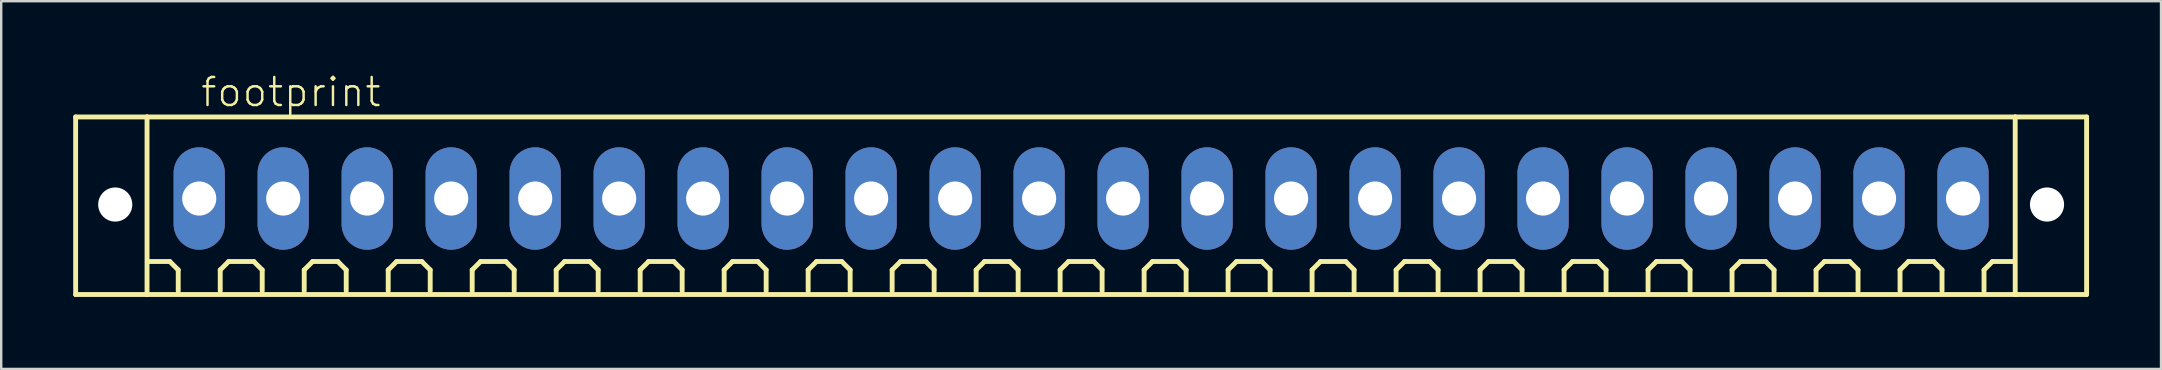
<source format=kicad_pcb>
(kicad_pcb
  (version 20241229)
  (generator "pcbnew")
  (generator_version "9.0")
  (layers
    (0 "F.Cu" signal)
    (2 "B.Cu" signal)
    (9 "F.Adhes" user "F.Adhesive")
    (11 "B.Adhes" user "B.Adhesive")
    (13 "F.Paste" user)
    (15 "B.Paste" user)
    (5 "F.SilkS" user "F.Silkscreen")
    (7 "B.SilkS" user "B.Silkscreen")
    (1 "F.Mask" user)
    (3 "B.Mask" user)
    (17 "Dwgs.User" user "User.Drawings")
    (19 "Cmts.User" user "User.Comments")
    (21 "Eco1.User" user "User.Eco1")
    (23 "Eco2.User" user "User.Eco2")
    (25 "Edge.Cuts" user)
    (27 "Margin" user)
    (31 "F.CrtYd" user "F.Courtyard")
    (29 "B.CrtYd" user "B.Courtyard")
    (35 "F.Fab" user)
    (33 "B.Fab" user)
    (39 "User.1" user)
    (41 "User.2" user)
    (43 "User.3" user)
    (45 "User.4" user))
  (footprint "footprint"
    (layer "F.Cu")
    (at 42.002 5.223)
    (property "Reference" "footprint" (at -36.75 -3.75 0) (layer "F.SilkS") (effects (font (size 1.168 1.168) (thickness 0.102)) (justify left bottom)))
    (fp_line (start -41.9 -3.4) (end -38.925 -3.4) (stroke (width 0.203) (type solid)) (layer "F.SilkS"))
    (fp_line (start -41.9 4) (end -41.9 -3.4) (stroke (width 0.203) (type solid)) (layer "F.SilkS"))
    (fp_line (start -38.925 -3.4) (end 38.925 -3.4) (stroke (width 0.203) (type solid)) (layer "F.SilkS"))
    (fp_line (start -38.925 4) (end -41.9 4) (stroke (width 0.203) (type solid)) (layer "F.SilkS"))
    (fp_line (start -38.925 4) (end -38.925 -3.4) (stroke (width 0.203) (type solid)) (layer "F.SilkS"))
    (fp_line (start -37.975 2.625) (end -38.85 2.625) (stroke (width 0.203) (type solid)) (layer "F.SilkS"))
    (fp_line (start -37.625 2.975) (end -37.975 2.625) (stroke (width 0.203) (type solid)) (layer "F.SilkS"))
    (fp_line (start -37.625 3.85) (end -37.625 2.975) (stroke (width 0.203) (type solid)) (layer "F.SilkS"))
    (fp_line (start -35.875 2.975) (end -35.525 2.625) (stroke (width 0.203) (type solid)) (layer "F.SilkS"))
    (fp_line (start -35.875 3.85) (end -35.875 2.975) (stroke (width 0.203) (type solid)) (layer "F.SilkS"))
    (fp_line (start -35.525 2.625) (end -34.475 2.625) (stroke (width 0.203) (type solid)) (layer "F.SilkS"))
    (fp_line (start -34.475 2.625) (end -34.125 2.975) (stroke (width 0.203) (type solid)) (layer "F.SilkS"))
    (fp_line (start -34.125 2.975) (end -34.125 3.85) (stroke (width 0.203) (type solid)) (layer "F.SilkS"))
    (fp_line (start -32.375 2.975) (end -32.025 2.625) (stroke (width 0.203) (type solid)) (layer "F.SilkS"))
    (fp_line (start -32.375 3.85) (end -32.375 2.975) (stroke (width 0.203) (type solid)) (layer "F.SilkS"))
    (fp_line (start -32.025 2.625) (end -30.975 2.625) (stroke (width 0.203) (type solid)) (layer "F.SilkS"))
    (fp_line (start -30.975 2.625) (end -30.625 2.975) (stroke (width 0.203) (type solid)) (layer "F.SilkS"))
    (fp_line (start -30.625 2.975) (end -30.625 3.85) (stroke (width 0.203) (type solid)) (layer "F.SilkS"))
    (fp_line (start -28.875 2.975) (end -28.525 2.625) (stroke (width 0.203) (type solid)) (layer "F.SilkS"))
    (fp_line (start -28.875 3.85) (end -28.875 2.975) (stroke (width 0.203) (type solid)) (layer "F.SilkS"))
    (fp_line (start -28.525 2.625) (end -27.475 2.625) (stroke (width 0.203) (type solid)) (layer "F.SilkS"))
    (fp_line (start -27.475 2.625) (end -27.125 2.975) (stroke (width 0.203) (type solid)) (layer "F.SilkS"))
    (fp_line (start -27.125 2.975) (end -27.125 3.85) (stroke (width 0.203) (type solid)) (layer "F.SilkS"))
    (fp_line (start -25.375 2.975) (end -25.025 2.625) (stroke (width 0.203) (type solid)) (layer "F.SilkS"))
    (fp_line (start -25.375 3.85) (end -25.375 2.975) (stroke (width 0.203) (type solid)) (layer "F.SilkS"))
    (fp_line (start -25.025 2.625) (end -23.975 2.625) (stroke (width 0.203) (type solid)) (layer "F.SilkS"))
    (fp_line (start -23.975 2.625) (end -23.625 2.975) (stroke (width 0.203) (type solid)) (layer "F.SilkS"))
    (fp_line (start -23.625 2.975) (end -23.625 3.85) (stroke (width 0.203) (type solid)) (layer "F.SilkS"))
    (fp_line (start -21.875 2.975) (end -21.525 2.625) (stroke (width 0.203) (type solid)) (layer "F.SilkS"))
    (fp_line (start -21.875 3.85) (end -21.875 2.975) (stroke (width 0.203) (type solid)) (layer "F.SilkS"))
    (fp_line (start -21.525 2.625) (end -20.475 2.625) (stroke (width 0.203) (type solid)) (layer "F.SilkS"))
    (fp_line (start -20.475 2.625) (end -20.125 2.975) (stroke (width 0.203) (type solid)) (layer "F.SilkS"))
    (fp_line (start -20.125 2.975) (end -20.125 3.85) (stroke (width 0.203) (type solid)) (layer "F.SilkS"))
    (fp_line (start -18.375 2.975) (end -18.025 2.625) (stroke (width 0.203) (type solid)) (layer "F.SilkS"))
    (fp_line (start -18.375 3.85) (end -18.375 2.975) (stroke (width 0.203) (type solid)) (layer "F.SilkS"))
    (fp_line (start -18.025 2.625) (end -16.975 2.625) (stroke (width 0.203) (type solid)) (layer "F.SilkS"))
    (fp_line (start -16.975 2.625) (end -16.625 2.975) (stroke (width 0.203) (type solid)) (layer "F.SilkS"))
    (fp_line (start -16.625 2.975) (end -16.625 3.85) (stroke (width 0.203) (type solid)) (layer "F.SilkS"))
    (fp_line (start -14.875 2.975) (end -14.525 2.625) (stroke (width 0.203) (type solid)) (layer "F.SilkS"))
    (fp_line (start -14.875 3.85) (end -14.875 2.975) (stroke (width 0.203) (type solid)) (layer "F.SilkS"))
    (fp_line (start -14.525 2.625) (end -13.475 2.625) (stroke (width 0.203) (type solid)) (layer "F.SilkS"))
    (fp_line (start -13.475 2.625) (end -13.125 2.975) (stroke (width 0.203) (type solid)) (layer "F.SilkS"))
    (fp_line (start -13.125 2.975) (end -13.125 3.85) (stroke (width 0.203) (type solid)) (layer "F.SilkS"))
    (fp_line (start -11.375 2.975) (end -11.025 2.625) (stroke (width 0.203) (type solid)) (layer "F.SilkS"))
    (fp_line (start -11.375 3.85) (end -11.375 2.975) (stroke (width 0.203) (type solid)) (layer "F.SilkS"))
    (fp_line (start -11.025 2.625) (end -9.975 2.625) (stroke (width 0.203) (type solid)) (layer "F.SilkS"))
    (fp_line (start -9.975 2.625) (end -9.625 2.975) (stroke (width 0.203) (type solid)) (layer "F.SilkS"))
    (fp_line (start -9.625 2.975) (end -9.625 3.85) (stroke (width 0.203) (type solid)) (layer "F.SilkS"))
    (fp_line (start -7.875 2.975) (end -7.525 2.625) (stroke (width 0.203) (type solid)) (layer "F.SilkS"))
    (fp_line (start -7.875 3.85) (end -7.875 2.975) (stroke (width 0.203) (type solid)) (layer "F.SilkS"))
    (fp_line (start -7.525 2.625) (end -6.475 2.625) (stroke (width 0.203) (type solid)) (layer "F.SilkS"))
    (fp_line (start -6.475 2.625) (end -6.125 2.975) (stroke (width 0.203) (type solid)) (layer "F.SilkS"))
    (fp_line (start -6.125 2.975) (end -6.125 3.85) (stroke (width 0.203) (type solid)) (layer "F.SilkS"))
    (fp_line (start -4.375 2.975) (end -4.025 2.625) (stroke (width 0.203) (type solid)) (layer "F.SilkS"))
    (fp_line (start -4.375 3.85) (end -4.375 2.975) (stroke (width 0.203) (type solid)) (layer "F.SilkS"))
    (fp_line (start -4.025 2.625) (end -2.975 2.625) (stroke (width 0.203) (type solid)) (layer "F.SilkS"))
    (fp_line (start -2.975 2.625) (end -2.625 2.975) (stroke (width 0.203) (type solid)) (layer "F.SilkS"))
    (fp_line (start -2.625 2.975) (end -2.625 3.85) (stroke (width 0.203) (type solid)) (layer "F.SilkS"))
    (fp_line (start -0.875 2.975) (end -0.525 2.625) (stroke (width 0.203) (type solid)) (layer "F.SilkS"))
    (fp_line (start -0.875 3.85) (end -0.875 2.975) (stroke (width 0.203) (type solid)) (layer "F.SilkS"))
    (fp_line (start -0.525 2.625) (end 0.525 2.625) (stroke (width 0.203) (type solid)) (layer "F.SilkS"))
    (fp_line (start 0.525 2.625) (end 0.875 2.975) (stroke (width 0.203) (type solid)) (layer "F.SilkS"))
    (fp_line (start 0.875 2.975) (end 0.875 3.85) (stroke (width 0.203) (type solid)) (layer "F.SilkS"))
    (fp_line (start 2.625 2.975) (end 2.975 2.625) (stroke (width 0.203) (type solid)) (layer "F.SilkS"))
    (fp_line (start 2.625 3.85) (end 2.625 2.975) (stroke (width 0.203) (type solid)) (layer "F.SilkS"))
    (fp_line (start 2.975 2.625) (end 4.025 2.625) (stroke (width 0.203) (type solid)) (layer "F.SilkS"))
    (fp_line (start 4.025 2.625) (end 4.375 2.975) (stroke (width 0.203) (type solid)) (layer "F.SilkS"))
    (fp_line (start 4.375 2.975) (end 4.375 3.85) (stroke (width 0.203) (type solid)) (layer "F.SilkS"))
    (fp_line (start 6.125 2.975) (end 6.475 2.625) (stroke (width 0.203) (type solid)) (layer "F.SilkS"))
    (fp_line (start 6.125 3.85) (end 6.125 2.975) (stroke (width 0.203) (type solid)) (layer "F.SilkS"))
    (fp_line (start 6.475 2.625) (end 7.525 2.625) (stroke (width 0.203) (type solid)) (layer "F.SilkS"))
    (fp_line (start 7.525 2.625) (end 7.875 2.975) (stroke (width 0.203) (type solid)) (layer "F.SilkS"))
    (fp_line (start 7.875 2.975) (end 7.875 3.85) (stroke (width 0.203) (type solid)) (layer "F.SilkS"))
    (fp_line (start 9.625 2.975) (end 9.975 2.625) (stroke (width 0.203) (type solid)) (layer "F.SilkS"))
    (fp_line (start 9.625 3.85) (end 9.625 2.975) (stroke (width 0.203) (type solid)) (layer "F.SilkS"))
    (fp_line (start 9.975 2.625) (end 11.025 2.625) (stroke (width 0.203) (type solid)) (layer "F.SilkS"))
    (fp_line (start 11.025 2.625) (end 11.375 2.975) (stroke (width 0.203) (type solid)) (layer "F.SilkS"))
    (fp_line (start 11.375 2.975) (end 11.375 3.85) (stroke (width 0.203) (type solid)) (layer "F.SilkS"))
    (fp_line (start 13.125 2.975) (end 13.475 2.625) (stroke (width 0.203) (type solid)) (layer "F.SilkS"))
    (fp_line (start 13.125 3.85) (end 13.125 2.975) (stroke (width 0.203) (type solid)) (layer "F.SilkS"))
    (fp_line (start 13.475 2.625) (end 14.525 2.625) (stroke (width 0.203) (type solid)) (layer "F.SilkS"))
    (fp_line (start 14.525 2.625) (end 14.875 2.975) (stroke (width 0.203) (type solid)) (layer "F.SilkS"))
    (fp_line (start 14.875 2.975) (end 14.875 3.85) (stroke (width 0.203) (type solid)) (layer "F.SilkS"))
    (fp_line (start 16.625 2.975) (end 16.975 2.625) (stroke (width 0.203) (type solid)) (layer "F.SilkS"))
    (fp_line (start 16.625 3.85) (end 16.625 2.975) (stroke (width 0.203) (type solid)) (layer "F.SilkS"))
    (fp_line (start 16.975 2.625) (end 18.025 2.625) (stroke (width 0.203) (type solid)) (layer "F.SilkS"))
    (fp_line (start 18.025 2.625) (end 18.375 2.975) (stroke (width 0.203) (type solid)) (layer "F.SilkS"))
    (fp_line (start 18.375 2.975) (end 18.375 3.85) (stroke (width 0.203) (type solid)) (layer "F.SilkS"))
    (fp_line (start 20.125 2.975) (end 20.475 2.625) (stroke (width 0.203) (type solid)) (layer "F.SilkS"))
    (fp_line (start 20.125 3.85) (end 20.125 2.975) (stroke (width 0.203) (type solid)) (layer "F.SilkS"))
    (fp_line (start 20.475 2.625) (end 21.525 2.625) (stroke (width 0.203) (type solid)) (layer "F.SilkS"))
    (fp_line (start 21.525 2.625) (end 21.875 2.975) (stroke (width 0.203) (type solid)) (layer "F.SilkS"))
    (fp_line (start 21.875 2.975) (end 21.875 3.85) (stroke (width 0.203) (type solid)) (layer "F.SilkS"))
    (fp_line (start 23.625 2.975) (end 23.975 2.625) (stroke (width 0.203) (type solid)) (layer "F.SilkS"))
    (fp_line (start 23.625 3.85) (end 23.625 2.975) (stroke (width 0.203) (type solid)) (layer "F.SilkS"))
    (fp_line (start 23.975 2.625) (end 25.025 2.625) (stroke (width 0.203) (type solid)) (layer "F.SilkS"))
    (fp_line (start 25.025 2.625) (end 25.375 2.975) (stroke (width 0.203) (type solid)) (layer "F.SilkS"))
    (fp_line (start 25.375 2.975) (end 25.375 3.85) (stroke (width 0.203) (type solid)) (layer "F.SilkS"))
    (fp_line (start 27.125 2.975) (end 27.475 2.625) (stroke (width 0.203) (type solid)) (layer "F.SilkS"))
    (fp_line (start 27.125 3.85) (end 27.125 2.975) (stroke (width 0.203) (type solid)) (layer "F.SilkS"))
    (fp_line (start 27.475 2.625) (end 28.525 2.625) (stroke (width 0.203) (type solid)) (layer "F.SilkS"))
    (fp_line (start 28.525 2.625) (end 28.875 2.975) (stroke (width 0.203) (type solid)) (layer "F.SilkS"))
    (fp_line (start 28.875 2.975) (end 28.875 3.85) (stroke (width 0.203) (type solid)) (layer "F.SilkS"))
    (fp_line (start 30.625 2.975) (end 30.975 2.625) (stroke (width 0.203) (type solid)) (layer "F.SilkS"))
    (fp_line (start 30.625 3.85) (end 30.625 2.975) (stroke (width 0.203) (type solid)) (layer "F.SilkS"))
    (fp_line (start 30.975 2.625) (end 32.025 2.625) (stroke (width 0.203) (type solid)) (layer "F.SilkS"))
    (fp_line (start 32.025 2.625) (end 32.375 2.975) (stroke (width 0.203) (type solid)) (layer "F.SilkS"))
    (fp_line (start 32.375 2.975) (end 32.375 3.85) (stroke (width 0.203) (type solid)) (layer "F.SilkS"))
    (fp_line (start 34.125 2.975) (end 34.475 2.625) (stroke (width 0.203) (type solid)) (layer "F.SilkS"))
    (fp_line (start 34.125 3.85) (end 34.125 2.975) (stroke (width 0.203) (type solid)) (layer "F.SilkS"))
    (fp_line (start 34.475 2.625) (end 35.525 2.625) (stroke (width 0.203) (type solid)) (layer "F.SilkS"))
    (fp_line (start 35.525 2.625) (end 35.875 2.975) (stroke (width 0.203) (type solid)) (layer "F.SilkS"))
    (fp_line (start 35.875 2.975) (end 35.875 3.85) (stroke (width 0.203) (type solid)) (layer "F.SilkS"))
    (fp_line (start 37.625 2.975) (end 37.975 2.625) (stroke (width 0.203) (type solid)) (layer "F.SilkS"))
    (fp_line (start 37.625 3.85) (end 37.625 2.975) (stroke (width 0.203) (type solid)) (layer "F.SilkS"))
    (fp_line (start 37.975 2.625) (end 38.85 2.625) (stroke (width 0.203) (type solid)) (layer "F.SilkS"))
    (fp_line (start 38.925 -3.4) (end 38.925 4) (stroke (width 0.203) (type solid)) (layer "F.SilkS"))
    (fp_line (start 38.925 -3.4) (end 41.9 -3.4) (stroke (width 0.203) (type solid)) (layer "F.SilkS"))
    (fp_line (start 38.925 4) (end -38.925 4) (stroke (width 0.203) (type solid)) (layer "F.SilkS"))
    (fp_line (start 41.9 -3.4) (end 41.9 4) (stroke (width 0.203) (type solid)) (layer "F.SilkS"))
    (fp_line (start 41.9 4) (end 38.925 4) (stroke (width 0.203) (type solid)) (layer "F.SilkS"))
    (pad "" np_thru_hole circle (at -40.25 0.25) (size 1.422 1.422) (drill 1.422) (layers "*.Cu" "*.Mask"))
    (pad "" np_thru_hole circle (at 40.25 0.25) (size 1.422 1.422) (drill 1.422) (layers "*.Cu" "*.Mask"))
    (pad "1" thru_hole oval (at -36.75 0 90) (size 4.267 2.134) (drill 1.422) (layers "*.Cu" "*.Mask"))
    (pad "2" thru_hole oval (at -33.25 0 90) (size 4.267 2.134) (drill 1.422) (layers "*.Cu" "*.Mask"))
    (pad "3" thru_hole oval (at -29.75 0 90) (size 4.267 2.134) (drill 1.422) (layers "*.Cu" "*.Mask"))
    (pad "4" thru_hole oval (at -26.25 0 90) (size 4.267 2.134) (drill 1.422) (layers "*.Cu" "*.Mask"))
    (pad "5" thru_hole oval (at -22.75 0 90) (size 4.267 2.134) (drill 1.422) (layers "*.Cu" "*.Mask"))
    (pad "6" thru_hole oval (at -19.25 0 90) (size 4.267 2.134) (drill 1.422) (layers "*.Cu" "*.Mask"))
    (pad "7" thru_hole oval (at -15.75 0 90) (size 4.267 2.134) (drill 1.422) (layers "*.Cu" "*.Mask"))
    (pad "8" thru_hole oval (at -12.25 0 90) (size 4.267 2.134) (drill 1.422) (layers "*.Cu" "*.Mask"))
    (pad "9" thru_hole oval (at -8.75 0 90) (size 4.267 2.134) (drill 1.422) (layers "*.Cu" "*.Mask"))
    (pad "10" thru_hole oval (at -5.25 0 90) (size 4.267 2.134) (drill 1.422) (layers "*.Cu" "*.Mask"))
    (pad "11" thru_hole oval (at -1.75 0 90) (size 4.267 2.134) (drill 1.422) (layers "*.Cu" "*.Mask"))
    (pad "12" thru_hole oval (at 1.75 0 90) (size 4.267 2.134) (drill 1.422) (layers "*.Cu" "*.Mask"))
    (pad "13" thru_hole oval (at 5.25 0 90) (size 4.267 2.134) (drill 1.422) (layers "*.Cu" "*.Mask"))
    (pad "14" thru_hole oval (at 8.75 0 90) (size 4.267 2.134) (drill 1.422) (layers "*.Cu" "*.Mask"))
    (pad "15" thru_hole oval (at 12.25 0 90) (size 4.267 2.134) (drill 1.422) (layers "*.Cu" "*.Mask"))
    (pad "16" thru_hole oval (at 15.75 0 90) (size 4.267 2.134) (drill 1.422) (layers "*.Cu" "*.Mask"))
    (pad "17" thru_hole oval (at 19.25 0 90) (size 4.267 2.134) (drill 1.422) (layers "*.Cu" "*.Mask"))
    (pad "18" thru_hole oval (at 22.75 0 90) (size 4.267 2.134) (drill 1.422) (layers "*.Cu" "*.Mask"))
    (pad "19" thru_hole oval (at 26.25 0 90) (size 4.267 2.134) (drill 1.422) (layers "*.Cu" "*.Mask"))
    (pad "20" thru_hole oval (at 29.75 0 90) (size 4.267 2.134) (drill 1.422) (layers "*.Cu" "*.Mask"))
    (pad "21" thru_hole oval (at 33.25 0 90) (size 4.267 2.134) (drill 1.422) (layers "*.Cu" "*.Mask"))
    (pad "22" thru_hole oval (at 36.75 0 90) (size 4.267 2.134) (drill 1.422) (layers "*.Cu" "*.Mask")))
  (gr_rect
    (start -3 -3)
    (end 87.003 12.325)
    (stroke (width 0.1) (type default))
    (fill no)
    (layer "Edge.Cuts")))
</source>
